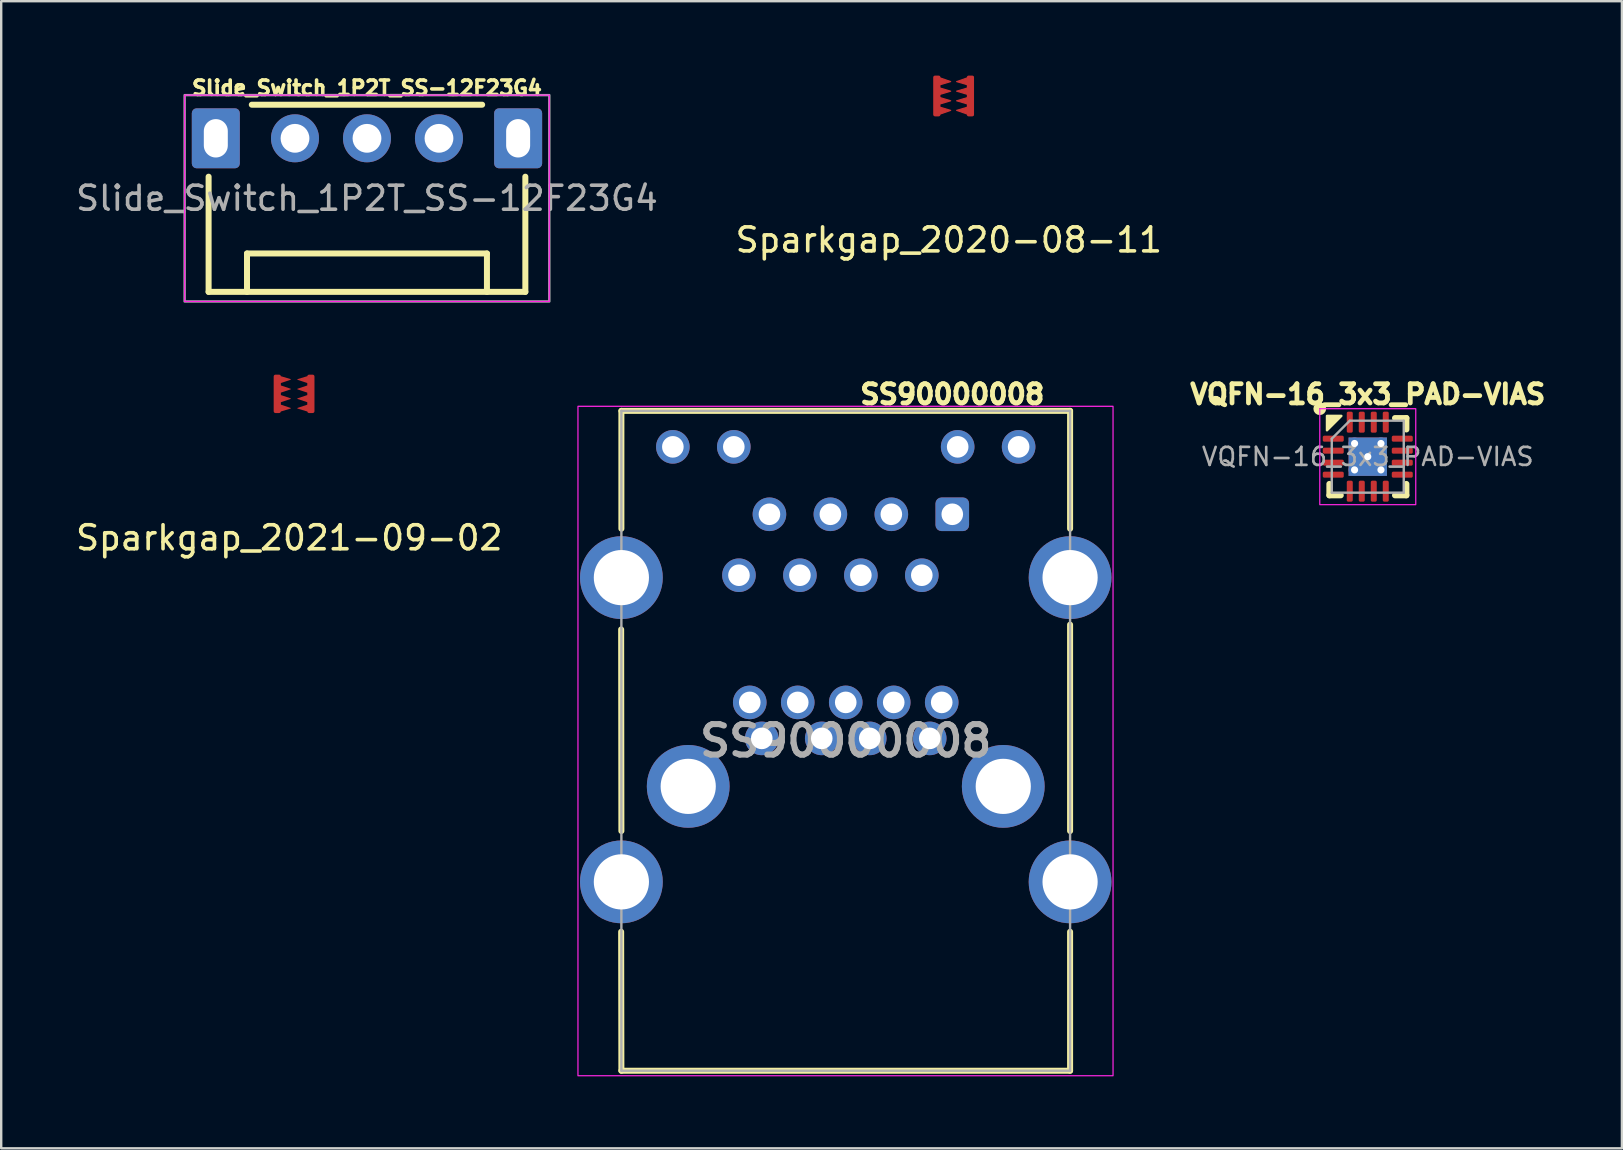
<source format=kicad_pcb>
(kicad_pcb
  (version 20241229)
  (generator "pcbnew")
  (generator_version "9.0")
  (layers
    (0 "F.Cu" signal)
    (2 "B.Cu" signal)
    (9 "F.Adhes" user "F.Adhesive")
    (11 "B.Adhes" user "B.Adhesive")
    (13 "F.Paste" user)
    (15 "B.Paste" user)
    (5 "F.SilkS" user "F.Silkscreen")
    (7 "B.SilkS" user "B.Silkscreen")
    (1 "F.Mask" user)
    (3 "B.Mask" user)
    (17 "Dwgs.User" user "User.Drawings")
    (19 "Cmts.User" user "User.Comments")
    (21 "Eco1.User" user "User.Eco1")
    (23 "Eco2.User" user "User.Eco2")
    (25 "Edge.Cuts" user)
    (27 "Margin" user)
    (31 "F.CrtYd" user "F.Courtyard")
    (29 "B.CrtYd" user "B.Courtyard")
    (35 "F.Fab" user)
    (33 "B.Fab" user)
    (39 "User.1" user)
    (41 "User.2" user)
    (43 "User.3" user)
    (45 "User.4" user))
  (footprint "Sparkgap_2021-09-02"
    (layer "F.Cu")
    (at 9.206 13.364)
    (property "Reference" "Sparkgap_2021-09-02" (at -0.2 6 0) (layer "F.SilkS") (effects (font (size 1 1) (thickness 0.15))))
    (attr exclude_from_pos_files exclude_from_bom)
    (fp_poly (pts (xy -0.55 -0.725) (xy -0.025 -0.725) (xy -0.025 0.725) (xy -0.55 0.725)) (stroke (width 0) (type solid)) (fill yes) (layer "F.Mask"))
    (fp_poly (pts (xy 0.025 -0.725) (xy 0.55 -0.725) (xy 0.55 0.725) (xy 0.025 0.725)) (stroke (width 0) (type solid)) (fill yes) (layer "F.Mask"))
    (pad "1" smd custom (at -0.7 0) (size 0.3 0.3) (layers "F.Cu") (options (anchor circle)) (primitives (gr_poly (pts (xy -0.15 -0.725) (xy -0.144 -0.754) (xy -0.128 -0.778) (xy -0.104 -0.794) (xy -0.075 -0.8) (xy 0.075 -0.8) (xy 0.104 -0.794) (xy 0.128 -0.778) (xy 0.144 -0.754) (xy 0.15 -0.725) (xy 0.15 0.725) (xy 0.144 0.754) (xy 0.128 0.778) (xy 0.104 0.794) (xy 0.075 0.8) (xy -0.075 0.8) (xy -0.104 0.794) (xy -0.128 0.778) (xy -0.144 0.754) (xy -0.15 0.725)) (width 0) (fill yes)) (gr_poly (pts (xy 0.55 -0.6) (xy -0.05 -0.4) (xy 0.55 -0.2) (xy -0.05 0) (xy 0.55 0.2) (xy -0.05 0.4) (xy 0.55 0.6) (xy 0.05 0.75) (xy -0.1 0.75) (xy -0.1 -0.75) (xy 0.05 -0.75)) (width 0.03) (fill yes))))
    (pad "2" smd custom (at 0.7 0 180) (size 0.3 0.3) (layers "F.Cu") (options (anchor circle)) (primitives (gr_poly (pts (xy -0.15 -0.725) (xy -0.144 -0.754) (xy -0.128 -0.778) (xy -0.104 -0.794) (xy -0.075 -0.8) (xy 0.075 -0.8) (xy 0.104 -0.794) (xy 0.128 -0.778) (xy 0.144 -0.754) (xy 0.15 -0.725) (xy 0.15 0.725) (xy 0.144 0.754) (xy 0.128 0.778) (xy 0.104 0.794) (xy 0.075 0.8) (xy -0.075 0.8) (xy -0.104 0.794) (xy -0.128 0.778) (xy -0.144 0.754) (xy -0.15 0.725)) (width 0) (fill yes)) (gr_poly (pts (xy 0.55 -0.6) (xy -0.05 -0.4) (xy 0.55 -0.2) (xy -0.05 0) (xy 0.55 0.2) (xy -0.05 0.4) (xy 0.55 0.6) (xy 0.05 0.75) (xy -0.1 0.75) (xy -0.1 -0.75) (xy 0.05 -0.75)) (width 0.03) (fill yes)))))
  (footprint "Sparkgap_2020-08-11"
    (layer "F.Cu")
    (at 36.694 0.95)
    (property "Reference" "Sparkgap_2020-08-11" (at -0.2 6 0) (layer "F.SilkS") (effects (font (size 1 1) (thickness 0.15))))
    (attr exclude_from_pos_files exclude_from_bom)
    (fp_poly (pts (xy -0.125 -0.6) (xy -0.8 -0.4) (xy -0.125 -0.2) (xy -0.8 0) (xy -0.125 0.2) (xy -0.8 0.4) (xy -0.125 0.6) (xy -0.7 0.8) (xy -0.8 0.8) (xy -0.8 -0.8) (xy -0.7 -0.8)) (stroke (width 0.05) (type solid)) (fill yes) (layer "F.Cu"))
    (fp_poly (pts (xy 0.125 0.6) (xy 0.8 0.4) (xy 0.125 0.2) (xy 0.8 0) (xy 0.125 -0.2) (xy 0.8 -0.4) (xy 0.125 -0.6) (xy 0.7 -0.8) (xy 0.8 -0.8) (xy 0.8 0.8) (xy 0.7 0.8)) (stroke (width 0.05) (type solid)) (fill yes) (layer "F.Cu"))
    (fp_poly (pts (xy 0.5 0.9) (xy -0.5 0.9) (xy -0.5 -0.9) (xy 0.5 -0.9)) (stroke (width 0.1) (type solid)) (fill yes) (layer "F.Mask"))
    (pad "1" smd roundrect (at -0.7 0) (size 0.3 1.7) (layers "F.Cu") (roundrect_rratio 0.25))
    (pad "2" smd roundrect (at 0.7 0) (size 0.3 1.7) (layers "F.Cu") (roundrect_rratio 0.25)))
  (footprint "Slide_Switch_1P2T_SS-12F23G4"
    (layer "F.Cu")
    (at 12.244 2.714)
    (property "Reference" "Slide_Switch_1P2T_SS-12F23G4" (at 0 -2.1 0) (unlocked yes) (layer "F.SilkS") (effects (font (size 0.6 0.6) (thickness 0.15) (bold yes))))
    (attr through_hole)
    (fp_line (start -6.6 1.6) (end -6.6 6.4) (stroke (width 0.25) (type default)) (layer "F.SilkS"))
    (fp_line (start -6.6 6.4) (end 6.6 6.4) (stroke (width 0.25) (type default)) (layer "F.SilkS"))
    (fp_line (start -5 4.8) (end 5 4.8) (stroke (width 0.25) (type default)) (layer "F.SilkS"))
    (fp_line (start -5 6.4) (end -5 4.8) (stroke (width 0.25) (type default)) (layer "F.SilkS"))
    (fp_line (start -4.8 -1.4) (end 4.8 -1.4) (stroke (width 0.25) (type default)) (layer "F.SilkS"))
    (fp_line (start 5 4.8) (end 5 6.4) (stroke (width 0.25) (type default)) (layer "F.SilkS"))
    (fp_line (start 6.6 6.4) (end 6.6 1.6) (stroke (width 0.25) (type default)) (layer "F.SilkS"))
    (fp_rect (start -7.6 -1.8) (end 7.6 6.8) (stroke (width 0.05) (type default)) (fill no) (layer "F.CrtYd"))
    (fp_rect (start -7.6 -1.8) (end 7.6 6.8) (stroke (width 0.1) (type default)) (fill no) (layer "F.Fab"))
    (fp_text user "${REFERENCE}" (at 0 2.5 0) (unlocked yes) (layer "F.Fab") (effects (font (size 1 1) (thickness 0.15))))
    (pad "1" thru_hole circle (at 3 0) (size 2 2) (drill 1.2) (layers "*.Cu" "*.Mask"))
    (pad "2" thru_hole circle (at 0 0) (size 2 2) (drill 1.2) (layers "*.Cu" "*.Mask"))
    (pad "3" thru_hole circle (at -3 0) (size 2 2) (drill 1.2) (layers "*.Cu" "*.Mask"))
    (pad "G" thru_hole roundrect (at -6.3 0) (size 2 2.5) (drill oval 1 1.6) (layers "*.Cu" "*.Mask") (roundrect_rratio 0.1))
    (pad "G" thru_hole roundrect (at 6.3 0) (size 2 2.5) (drill oval 1 1.6) (layers "*.Cu" "*.Mask") (roundrect_rratio 0.1)))
  (footprint "SS90000008"
    (layer "F.Cu")
    (at 36.637 18.383)
    (property "Reference" "SS90000008" (at 0 -5 0) (layer "F.SilkS") (effects (font (size 0.8 0.8) (thickness 0.2) (bold yes))))
    (attr through_hole)
    (fp_line (start -13.79 -4.31) (end 4.91 -4.31) (stroke (width 0.25) (type solid)) (layer "F.SilkS"))
    (fp_line (start -13.79 0.6) (end -13.79 -4.31) (stroke (width 0.25) (type solid)) (layer "F.SilkS"))
    (fp_line (start -13.79 13.2) (end -13.8 4.8) (stroke (width 0.25) (type solid)) (layer "F.SilkS"))
    (fp_line (start -13.79 23.19) (end -13.8 17.4) (stroke (width 0.25) (type solid)) (layer "F.SilkS"))
    (fp_line (start 4.91 -4.31) (end 4.91 0.6) (stroke (width 0.25) (type solid)) (layer "F.SilkS"))
    (fp_line (start 4.91 4.6) (end 4.91 13.2) (stroke (width 0.25) (type solid)) (layer "F.SilkS"))
    (fp_line (start 4.91 17.4) (end 4.91 23.19) (stroke (width 0.25) (type solid)) (layer "F.SilkS"))
    (fp_line (start 4.91 23.19) (end -13.79 23.19) (stroke (width 0.25) (type solid)) (layer "F.SilkS"))
    (fp_rect (start -15.6 -4.5) (end 6.7 23.4) (stroke (width 0.05) (type default)) (fill no) (layer "F.CrtYd"))
    (fp_line (start -13.79 -4.31) (end -13.79 23.19) (stroke (width 0.1) (type solid)) (layer "F.Fab"))
    (fp_line (start -13.79 23.19) (end 4.91 23.19) (stroke (width 0.1) (type solid)) (layer "F.Fab"))
    (fp_line (start 4.91 -4.31) (end -13.79 -4.31) (stroke (width 0.1) (type solid)) (layer "F.Fab"))
    (fp_line (start 4.91 23.19) (end 4.91 -4.31) (stroke (width 0.1) (type solid)) (layer "F.Fab"))
    (fp_text user "${REFERENCE}" (at -4.44 9.44 0) (layer "F.Fab") (effects (font (size 1.27 1.27) (thickness 0.254))))
    (pad "E1" thru_hole roundrect (at 0 0) (size 1.4 1.4) (drill 0.9) (layers "*.Cu" "*.Mask") (roundrect_rratio 0.179))
    (pad "E2" thru_hole circle (at -1.27 2.54) (size 1.4 1.4) (drill 0.9) (layers "*.Cu" "*.Mask"))
    (pad "E3" thru_hole circle (at -2.54 0) (size 1.4 1.4) (drill 0.9) (layers "*.Cu" "*.Mask"))
    (pad "E4" thru_hole circle (at -3.81 2.54) (size 1.4 1.4) (drill 0.9) (layers "*.Cu" "*.Mask"))
    (pad "E5" thru_hole circle (at -5.08 0) (size 1.4 1.4) (drill 0.9) (layers "*.Cu" "*.Mask"))
    (pad "E6" thru_hole circle (at -6.35 2.54) (size 1.4 1.4) (drill 0.9) (layers "*.Cu" "*.Mask"))
    (pad "E7" thru_hole circle (at -7.62 0) (size 1.4 1.4) (drill 0.9) (layers "*.Cu" "*.Mask"))
    (pad "E8" thru_hole circle (at -8.89 2.54) (size 1.4 1.4) (drill 0.9) (layers "*.Cu" "*.Mask"))
    (pad "E9" thru_hole circle (at -11.645 -2.81) (size 1.4 1.4) (drill 0.9) (layers "*.Cu" "*.Mask"))
    (pad "E10" thru_hole circle (at -9.105 -2.81) (size 1.4 1.4) (drill 0.9) (layers "*.Cu" "*.Mask"))
    (pad "E11" thru_hole circle (at 0.225 -2.81) (size 1.4 1.4) (drill 0.9) (layers "*.Cu" "*.Mask"))
    (pad "E12" thru_hole circle (at 2.765 -2.81) (size 1.4 1.4) (drill 0.9) (layers "*.Cu" "*.Mask"))
    (pad "SH" thru_hole circle (at -13.79 2.64) (size 3.45 3.45) (drill 2.3) (layers "*.Cu" "*.Mask"))
    (pad "SH" thru_hole circle (at -13.79 15.32) (size 3.45 3.45) (drill 2.3) (layers "*.Cu" "*.Mask"))
    (pad "SH" thru_hole circle (at -11.005 11.34) (size 3.45 3.45) (drill 2.3) (layers "*.Cu" "*.Mask"))
    (pad "SH" thru_hole circle (at 2.125 11.34) (size 3.45 3.45) (drill 2.3) (layers "*.Cu" "*.Mask"))
    (pad "SH" thru_hole circle (at 4.91 2.64) (size 3.45 3.45) (drill 2.3) (layers "*.Cu" "*.Mask"))
    (pad "SH" thru_hole circle (at 4.91 15.32) (size 3.45 3.45) (drill 2.3) (layers "*.Cu" "*.Mask"))
    (pad "U1" thru_hole circle (at -7.94 9.34) (size 1.4 1.4) (drill 0.9) (layers "*.Cu" "*.Mask"))
    (pad "U2" thru_hole circle (at -5.44 9.34) (size 1.4 1.4) (drill 0.9) (layers "*.Cu" "*.Mask"))
    (pad "U3" thru_hole circle (at -3.44 9.34) (size 1.4 1.4) (drill 0.9) (layers "*.Cu" "*.Mask"))
    (pad "U4" thru_hole circle (at -0.94 9.34) (size 1.4 1.4) (drill 0.9) (layers "*.Cu" "*.Mask"))
    (pad "U5" thru_hole circle (at -0.44 7.84) (size 1.4 1.4) (drill 0.9) (layers "*.Cu" "*.Mask"))
    (pad "U6" thru_hole circle (at -2.44 7.84) (size 1.4 1.4) (drill 0.9) (layers "*.Cu" "*.Mask"))
    (pad "U7" thru_hole circle (at -4.44 7.84) (size 1.4 1.4) (drill 0.9) (layers "*.Cu" "*.Mask"))
    (pad "U8" thru_hole circle (at -6.44 7.84) (size 1.4 1.4) (drill 0.9) (layers "*.Cu" "*.Mask"))
    (pad "U9" thru_hole circle (at -8.44 7.84) (size 1.4 1.4) (drill 0.9) (layers "*.Cu" "*.Mask")))
  (footprint "VQFN-16_3x3_PAD-VIAS"
    (layer "F.Cu")
    (at 53.953 15.983)
    (property "Reference" "VQFN-16_3x3_PAD-VIAS" (at 0 -2.6 0) (layer "F.SilkS") (effects (font (size 0.8 0.8) (thickness 0.2) (bold yes))))
    (attr smd)
    (fp_line (start -1.6 1.61) (end -1.6 1.135) (stroke (width 0.25) (type solid)) (layer "F.SilkS"))
    (fp_line (start -1.125 1.61) (end -1.6 1.61) (stroke (width 0.25) (type solid)) (layer "F.SilkS"))
    (fp_line (start 1.135 -1.61) (end 1.61 -1.61) (stroke (width 0.25) (type solid)) (layer "F.SilkS"))
    (fp_line (start 1.135 1.61) (end 1.61 1.61) (stroke (width 0.25) (type solid)) (layer "F.SilkS"))
    (fp_line (start 1.61 -1.61) (end 1.61 -1.135) (stroke (width 0.25) (type solid)) (layer "F.SilkS"))
    (fp_line (start 1.61 1.61) (end 1.61 1.135) (stroke (width 0.25) (type solid)) (layer "F.SilkS"))
    (fp_circle (center -2 -2) (end -1.9 -1.9) (stroke (width 0.25) (type solid)) (fill no) (layer "F.SilkS"))
    (fp_poly (pts (xy -1.1 -1.7) (xy -1.7 -1.7) (xy -1.7 -1.1)) (stroke (width 0.1) (type solid)) (fill yes) (layer "F.SilkS"))
    (fp_rect (start -2 -2) (end 2 2) (stroke (width 0.05) (type default)) (fill no) (layer "F.CrtYd"))
    (fp_line (start -1.5 -0.75) (end -0.75 -1.5) (stroke (width 0.1) (type solid)) (layer "F.Fab"))
    (fp_line (start -1.5 1.5) (end -1.5 -0.75) (stroke (width 0.1) (type solid)) (layer "F.Fab"))
    (fp_line (start -0.75 -1.5) (end 1.5 -1.5) (stroke (width 0.1) (type solid)) (layer "F.Fab"))
    (fp_line (start 1.5 -1.5) (end 1.5 1.5) (stroke (width 0.1) (type solid)) (layer "F.Fab"))
    (fp_line (start 1.5 1.5) (end -1.5 1.5) (stroke (width 0.1) (type solid)) (layer "F.Fab"))
    (fp_text user "${REFERENCE}" (at 0 0 0) (layer "F.Fab") (effects (font (size 0.75 0.75) (thickness 0.11))))
    (pad "" smd roundrect (at -0.4 -0.4) (size 0.69 0.69) (layers "F.Paste") (roundrect_rratio 0.25))
    (pad "" smd roundrect (at -0.4 0.4) (size 0.69 0.69) (layers "F.Paste") (roundrect_rratio 0.25))
    (pad "" smd roundrect (at 0.4 -0.4) (size 0.69 0.69) (layers "F.Paste") (roundrect_rratio 0.25))
    (pad "" smd roundrect (at 0.4 0.4) (size 0.69 0.69) (layers "F.Paste") (roundrect_rratio 0.25))
    (pad "1" smd roundrect (at -1.438 -0.75) (size 0.875 0.25) (layers "F.Cu" "F.Mask" "F.Paste") (roundrect_rratio 0.25))
    (pad "2" smd roundrect (at -1.438 -0.25) (size 0.875 0.25) (layers "F.Cu" "F.Mask" "F.Paste") (roundrect_rratio 0.25))
    (pad "3" smd roundrect (at -1.438 0.25) (size 0.875 0.25) (layers "F.Cu" "F.Mask" "F.Paste") (roundrect_rratio 0.25))
    (pad "4" smd roundrect (at -1.438 0.75) (size 0.875 0.25) (layers "F.Cu" "F.Mask" "F.Paste") (roundrect_rratio 0.25))
    (pad "5" smd roundrect (at -0.75 1.438) (size 0.25 0.875) (layers "F.Cu" "F.Mask" "F.Paste") (roundrect_rratio 0.25))
    (pad "6" smd roundrect (at -0.25 1.438) (size 0.25 0.875) (layers "F.Cu" "F.Mask" "F.Paste") (roundrect_rratio 0.25))
    (pad "7" smd roundrect (at 0.25 1.438) (size 0.25 0.875) (layers "F.Cu" "F.Mask" "F.Paste") (roundrect_rratio 0.25))
    (pad "8" smd roundrect (at 0.75 1.438) (size 0.25 0.875) (layers "F.Cu" "F.Mask" "F.Paste") (roundrect_rratio 0.25))
    (pad "9" smd roundrect (at 1.438 0.75) (size 0.875 0.25) (layers "F.Cu" "F.Mask" "F.Paste") (roundrect_rratio 0.25))
    (pad "10" smd roundrect (at 1.438 0.25) (size 0.875 0.25) (layers "F.Cu" "F.Mask" "F.Paste") (roundrect_rratio 0.25))
    (pad "11" smd roundrect (at 1.438 -0.25) (size 0.875 0.25) (layers "F.Cu" "F.Mask" "F.Paste") (roundrect_rratio 0.25))
    (pad "12" smd roundrect (at 1.438 -0.75) (size 0.875 0.25) (layers "F.Cu" "F.Mask" "F.Paste") (roundrect_rratio 0.25))
    (pad "13" smd roundrect (at 0.75 -1.438) (size 0.25 0.875) (layers "F.Cu" "F.Mask" "F.Paste") (roundrect_rratio 0.25))
    (pad "14" smd roundrect (at 0.25 -1.438) (size 0.25 0.875) (layers "F.Cu" "F.Mask" "F.Paste") (roundrect_rratio 0.25))
    (pad "15" smd roundrect (at -0.25 -1.438) (size 0.25 0.875) (layers "F.Cu" "F.Mask" "F.Paste") (roundrect_rratio 0.25))
    (pad "16" smd roundrect (at -0.75 -1.438) (size 0.25 0.875) (layers "F.Cu" "F.Mask" "F.Paste") (roundrect_rratio 0.25))
    (pad "17" thru_hole circle (at -0.55 -0.55) (size 0.5 0.5) (drill 0.3) (property pad_prop_heatsink) (layers "*.Cu"))
    (pad "17" thru_hole circle (at -0.55 0.55) (size 0.5 0.5) (drill 0.3) (property pad_prop_heatsink) (layers "*.Cu"))
    (pad "17" thru_hole circle (at 0 0) (size 0.5 0.5) (drill 0.3) (property pad_prop_heatsink) (layers "*.Cu"))
    (pad "17" smd rect (at 0 0) (size 1.6 1.6) (property pad_prop_heatsink) (layers "F.Cu" "F.Mask"))
    (pad "17" smd rect (at 0 0) (size 1.6 1.6) (property pad_prop_heatsink) (layers "B.Cu"))
    (pad "17" thru_hole circle (at 0.55 -0.55) (size 0.5 0.5) (drill 0.3) (property pad_prop_heatsink) (layers "*.Cu"))
    (pad "17" thru_hole circle (at 0.55 0.55) (size 0.5 0.5) (drill 0.3) (property pad_prop_heatsink) (layers "*.Cu")))
  (gr_rect
    (start -3 -3)
    (end 64.545 44.808)
    (stroke (width 0.1) (type default))
    (fill no)
    (layer "Edge.Cuts")))
</source>
